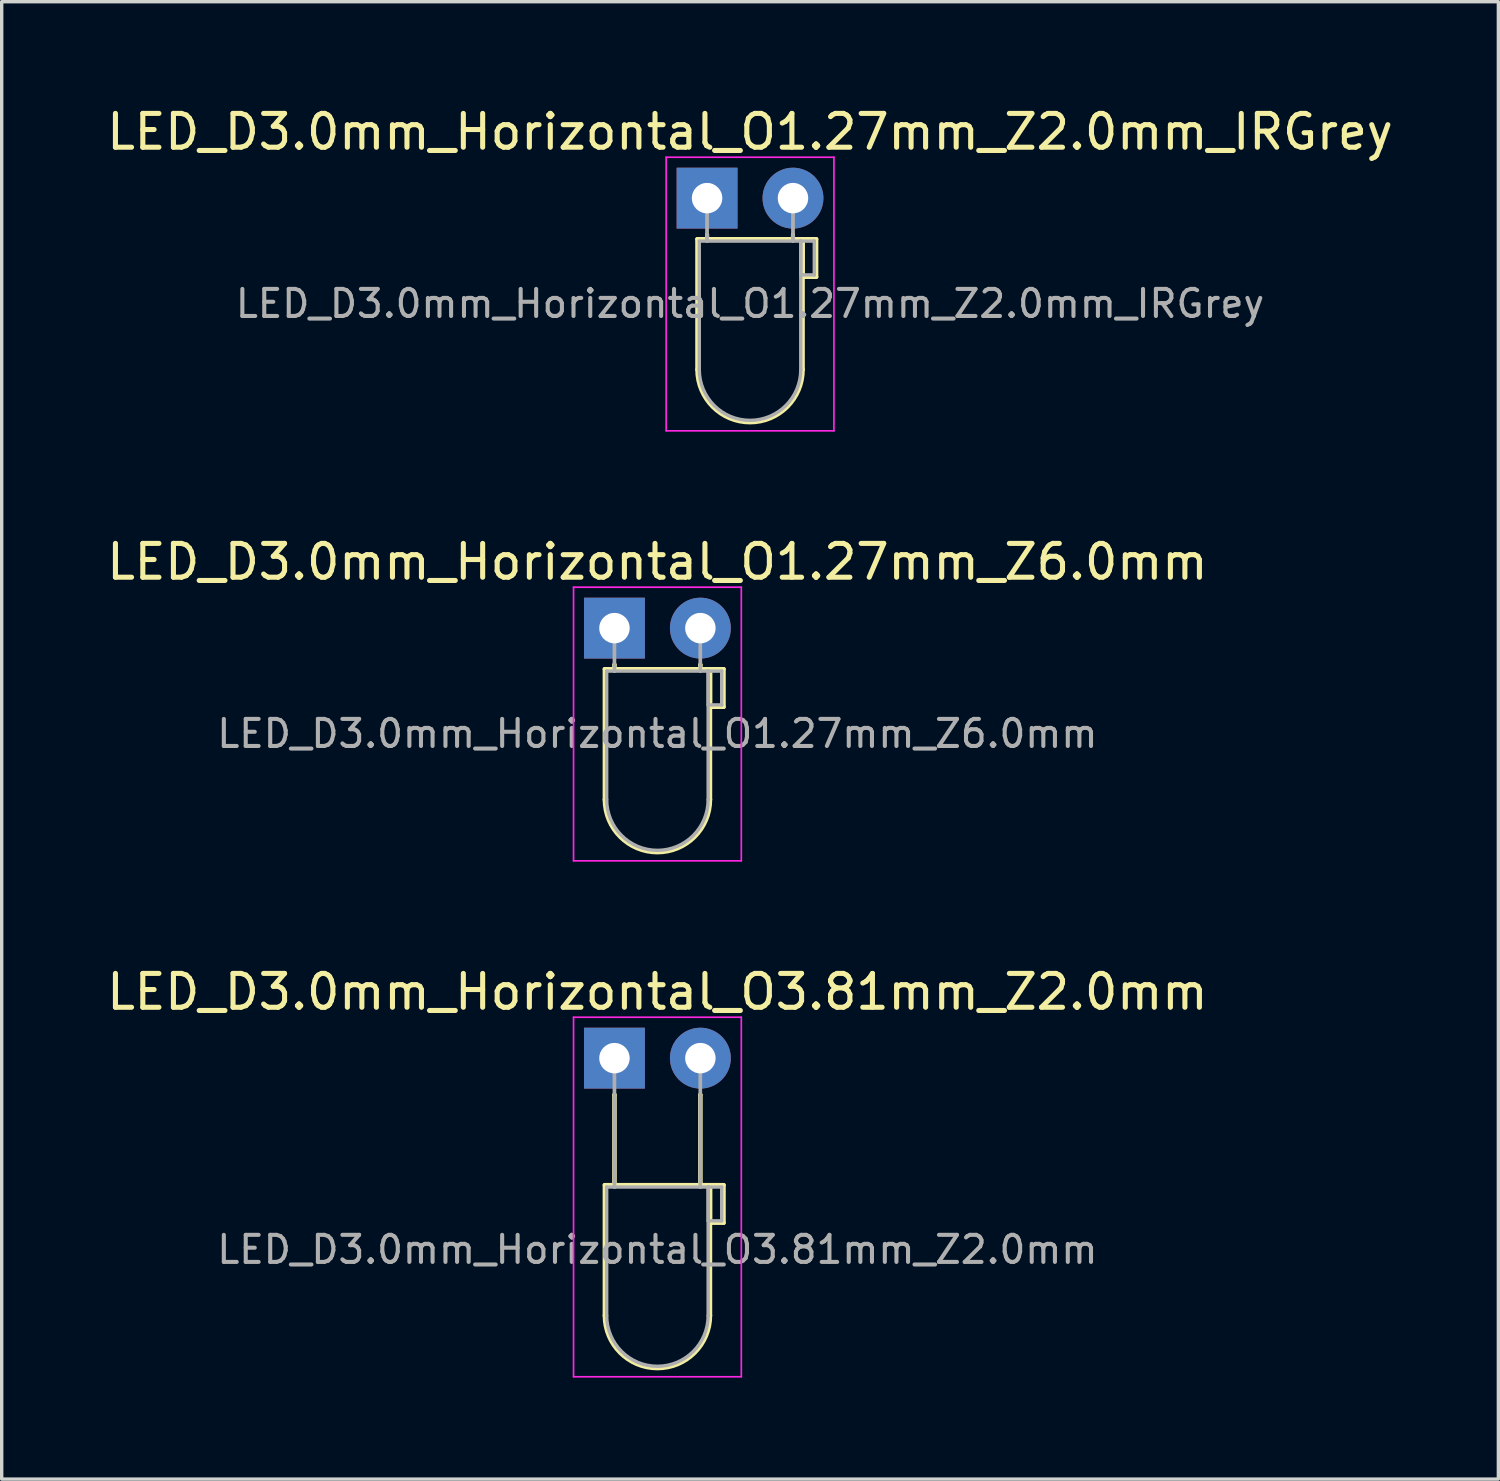
<source format=kicad_pcb>
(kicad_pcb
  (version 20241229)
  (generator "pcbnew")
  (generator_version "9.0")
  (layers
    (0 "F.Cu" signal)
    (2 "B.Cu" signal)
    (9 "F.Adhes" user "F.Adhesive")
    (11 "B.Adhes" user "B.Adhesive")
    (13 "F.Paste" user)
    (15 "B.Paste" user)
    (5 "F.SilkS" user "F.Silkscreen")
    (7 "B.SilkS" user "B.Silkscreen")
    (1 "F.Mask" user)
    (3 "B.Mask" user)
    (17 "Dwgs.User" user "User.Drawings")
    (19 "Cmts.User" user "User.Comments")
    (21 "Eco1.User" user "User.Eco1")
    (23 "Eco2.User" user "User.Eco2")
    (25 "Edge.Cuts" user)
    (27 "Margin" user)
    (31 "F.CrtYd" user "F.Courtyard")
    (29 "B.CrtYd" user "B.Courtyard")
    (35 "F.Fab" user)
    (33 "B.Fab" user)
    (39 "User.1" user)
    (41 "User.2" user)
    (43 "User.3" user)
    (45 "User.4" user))
  (footprint "LED_D3.0mm_Horizontal_O1.27mm_Z2.0mm_IRGrey"
    (layer "F.Cu")
    (at 17.855 2.808)
    (property "Reference" "LED_D3.0mm_Horizontal_O1.27mm_Z2.0mm_IRGrey" (at 1.27 -1.96 0) (layer "F.SilkS") (effects (font (size 1 1) (thickness 0.15))))
    (attr through_hole)
    (fp_line (start -0.29 1.21) (end -0.29 5.07) (stroke (width 0.12) (type solid)) (layer "F.SilkS"))
    (fp_line (start -0.29 1.21) (end 2.83 1.21) (stroke (width 0.12) (type solid)) (layer "F.SilkS"))
    (fp_line (start 0 1.08) (end 0 1.08) (stroke (width 0.12) (type solid)) (layer "F.SilkS"))
    (fp_line (start 0 1.08) (end 0 1.21) (stroke (width 0.12) (type solid)) (layer "F.SilkS"))
    (fp_line (start 0 1.21) (end 0 1.08) (stroke (width 0.12) (type solid)) (layer "F.SilkS"))
    (fp_line (start 0 1.21) (end 0 1.21) (stroke (width 0.12) (type solid)) (layer "F.SilkS"))
    (fp_line (start 2.54 1.08) (end 2.54 1.08) (stroke (width 0.12) (type solid)) (layer "F.SilkS"))
    (fp_line (start 2.54 1.08) (end 2.54 1.21) (stroke (width 0.12) (type solid)) (layer "F.SilkS"))
    (fp_line (start 2.54 1.21) (end 2.54 1.08) (stroke (width 0.12) (type solid)) (layer "F.SilkS"))
    (fp_line (start 2.54 1.21) (end 2.54 1.21) (stroke (width 0.12) (type solid)) (layer "F.SilkS"))
    (fp_line (start 2.83 1.21) (end 2.83 5.07) (stroke (width 0.12) (type solid)) (layer "F.SilkS"))
    (fp_line (start 2.83 1.21) (end 3.23 1.21) (stroke (width 0.12) (type solid)) (layer "F.SilkS"))
    (fp_line (start 2.83 2.33) (end 2.83 1.21) (stroke (width 0.12) (type solid)) (layer "F.SilkS"))
    (fp_line (start 3.23 1.21) (end 3.23 2.33) (stroke (width 0.12) (type solid)) (layer "F.SilkS"))
    (fp_line (start 3.23 2.33) (end 2.83 2.33) (stroke (width 0.12) (type solid)) (layer "F.SilkS"))
    (fp_arc (start 2.83 5.07) (mid 1.27 6.63) (end -0.29 5.07) (stroke (width 0.12) (type solid)) (layer "F.SilkS"))
    (fp_line (start -1.21 -1.21) (end -1.21 6.88) (stroke (width 0.05) (type solid)) (layer "F.CrtYd"))
    (fp_line (start -1.21 6.88) (end 3.75 6.88) (stroke (width 0.05) (type solid)) (layer "F.CrtYd"))
    (fp_line (start 3.75 -1.21) (end -1.21 -1.21) (stroke (width 0.05) (type solid)) (layer "F.CrtYd"))
    (fp_line (start 3.75 6.88) (end 3.75 -1.21) (stroke (width 0.05) (type solid)) (layer "F.CrtYd"))
    (fp_line (start -0.23 1.27) (end -0.23 5.07) (stroke (width 0.1) (type solid)) (layer "F.Fab"))
    (fp_line (start -0.23 1.27) (end 2.77 1.27) (stroke (width 0.1) (type solid)) (layer "F.Fab"))
    (fp_line (start 0 0) (end 0 0) (stroke (width 0.1) (type solid)) (layer "F.Fab"))
    (fp_line (start 0 0) (end 0 1.27) (stroke (width 0.1) (type solid)) (layer "F.Fab"))
    (fp_line (start 0 1.27) (end 0 0) (stroke (width 0.1) (type solid)) (layer "F.Fab"))
    (fp_line (start 0 1.27) (end 0 1.27) (stroke (width 0.1) (type solid)) (layer "F.Fab"))
    (fp_line (start 2.54 0) (end 2.54 0) (stroke (width 0.1) (type solid)) (layer "F.Fab"))
    (fp_line (start 2.54 0) (end 2.54 1.27) (stroke (width 0.1) (type solid)) (layer "F.Fab"))
    (fp_line (start 2.54 1.27) (end 2.54 0) (stroke (width 0.1) (type solid)) (layer "F.Fab"))
    (fp_line (start 2.54 1.27) (end 2.54 1.27) (stroke (width 0.1) (type solid)) (layer "F.Fab"))
    (fp_line (start 2.77 1.27) (end 2.77 5.07) (stroke (width 0.1) (type solid)) (layer "F.Fab"))
    (fp_line (start 2.77 1.27) (end 3.17 1.27) (stroke (width 0.1) (type solid)) (layer "F.Fab"))
    (fp_line (start 2.77 2.27) (end 2.77 1.27) (stroke (width 0.1) (type solid)) (layer "F.Fab"))
    (fp_line (start 3.17 1.27) (end 3.17 2.27) (stroke (width 0.1) (type solid)) (layer "F.Fab"))
    (fp_line (start 3.17 2.27) (end 2.77 2.27) (stroke (width 0.1) (type solid)) (layer "F.Fab"))
    (fp_arc (start 2.77 5.07) (mid 1.27 6.57) (end -0.23 5.07) (stroke (width 0.1) (type solid)) (layer "F.Fab"))
    (fp_text user "${REFERENCE}" (at 1.27 3.12 0) (layer "F.Fab") (effects (font (size 0.8 0.8) (thickness 0.12))))
    (pad "1" thru_hole rect (at 0 0) (size 1.8 1.8) (drill 0.9) (layers "*.Cu" "*.Mask"))
    (pad "2" thru_hole circle (at 2.54 0) (size 1.8 1.8) (drill 0.9) (layers "*.Cu" "*.Mask")))
  (footprint "LED_D3.0mm_Horizontal_O3.81mm_Z2.0mm"
    (layer "F.Cu")
    (at 15.117 28.235)
    (property "Reference" "LED_D3.0mm_Horizontal_O3.81mm_Z2.0mm" (at 1.27 -1.96 0) (layer "F.SilkS") (effects (font (size 1 1) (thickness 0.15))))
    (attr through_hole)
    (fp_line (start -0.29 3.75) (end -0.29 7.61) (stroke (width 0.12) (type solid)) (layer "F.SilkS"))
    (fp_line (start -0.29 3.75) (end 2.83 3.75) (stroke (width 0.12) (type solid)) (layer "F.SilkS"))
    (fp_line (start 0 1.08) (end 0 1.08) (stroke (width 0.12) (type solid)) (layer "F.SilkS"))
    (fp_line (start 0 1.08) (end 0 3.75) (stroke (width 0.12) (type solid)) (layer "F.SilkS"))
    (fp_line (start 0 3.75) (end 0 1.08) (stroke (width 0.12) (type solid)) (layer "F.SilkS"))
    (fp_line (start 0 3.75) (end 0 3.75) (stroke (width 0.12) (type solid)) (layer "F.SilkS"))
    (fp_line (start 2.54 1.08) (end 2.54 1.08) (stroke (width 0.12) (type solid)) (layer "F.SilkS"))
    (fp_line (start 2.54 1.08) (end 2.54 3.75) (stroke (width 0.12) (type solid)) (layer "F.SilkS"))
    (fp_line (start 2.54 3.75) (end 2.54 1.08) (stroke (width 0.12) (type solid)) (layer "F.SilkS"))
    (fp_line (start 2.54 3.75) (end 2.54 3.75) (stroke (width 0.12) (type solid)) (layer "F.SilkS"))
    (fp_line (start 2.83 3.75) (end 2.83 7.61) (stroke (width 0.12) (type solid)) (layer "F.SilkS"))
    (fp_line (start 2.83 3.75) (end 3.23 3.75) (stroke (width 0.12) (type solid)) (layer "F.SilkS"))
    (fp_line (start 2.83 4.87) (end 2.83 3.75) (stroke (width 0.12) (type solid)) (layer "F.SilkS"))
    (fp_line (start 3.23 3.75) (end 3.23 4.87) (stroke (width 0.12) (type solid)) (layer "F.SilkS"))
    (fp_line (start 3.23 4.87) (end 2.83 4.87) (stroke (width 0.12) (type solid)) (layer "F.SilkS"))
    (fp_arc (start 2.83 7.61) (mid 1.27 9.17) (end -0.29 7.61) (stroke (width 0.12) (type solid)) (layer "F.SilkS"))
    (fp_line (start -1.21 -1.21) (end -1.21 9.42) (stroke (width 0.05) (type solid)) (layer "F.CrtYd"))
    (fp_line (start -1.21 9.42) (end 3.75 9.42) (stroke (width 0.05) (type solid)) (layer "F.CrtYd"))
    (fp_line (start 3.75 -1.21) (end -1.21 -1.21) (stroke (width 0.05) (type solid)) (layer "F.CrtYd"))
    (fp_line (start 3.75 9.42) (end 3.75 -1.21) (stroke (width 0.05) (type solid)) (layer "F.CrtYd"))
    (fp_line (start -0.23 3.81) (end -0.23 7.61) (stroke (width 0.1) (type solid)) (layer "F.Fab"))
    (fp_line (start -0.23 3.81) (end 2.77 3.81) (stroke (width 0.1) (type solid)) (layer "F.Fab"))
    (fp_line (start 0 0) (end 0 0) (stroke (width 0.1) (type solid)) (layer "F.Fab"))
    (fp_line (start 0 0) (end 0 3.81) (stroke (width 0.1) (type solid)) (layer "F.Fab"))
    (fp_line (start 0 3.81) (end 0 0) (stroke (width 0.1) (type solid)) (layer "F.Fab"))
    (fp_line (start 0 3.81) (end 0 3.81) (stroke (width 0.1) (type solid)) (layer "F.Fab"))
    (fp_line (start 2.54 0) (end 2.54 0) (stroke (width 0.1) (type solid)) (layer "F.Fab"))
    (fp_line (start 2.54 0) (end 2.54 3.81) (stroke (width 0.1) (type solid)) (layer "F.Fab"))
    (fp_line (start 2.54 3.81) (end 2.54 0) (stroke (width 0.1) (type solid)) (layer "F.Fab"))
    (fp_line (start 2.54 3.81) (end 2.54 3.81) (stroke (width 0.1) (type solid)) (layer "F.Fab"))
    (fp_line (start 2.77 3.81) (end 2.77 7.61) (stroke (width 0.1) (type solid)) (layer "F.Fab"))
    (fp_line (start 2.77 3.81) (end 3.17 3.81) (stroke (width 0.1) (type solid)) (layer "F.Fab"))
    (fp_line (start 2.77 4.81) (end 2.77 3.81) (stroke (width 0.1) (type solid)) (layer "F.Fab"))
    (fp_line (start 3.17 3.81) (end 3.17 4.81) (stroke (width 0.1) (type solid)) (layer "F.Fab"))
    (fp_line (start 3.17 4.81) (end 2.77 4.81) (stroke (width 0.1) (type solid)) (layer "F.Fab"))
    (fp_arc (start 2.77 7.61) (mid 1.27 9.11) (end -0.23 7.61) (stroke (width 0.1) (type solid)) (layer "F.Fab"))
    (fp_text user "${REFERENCE}" (at 1.27 5.66 0) (layer "F.Fab") (effects (font (size 0.8 0.8) (thickness 0.12))))
    (pad "1" thru_hole rect (at 0 0) (size 1.8 1.8) (drill 0.9) (layers "*.Cu" "*.Mask"))
    (pad "2" thru_hole circle (at 2.54 0) (size 1.8 1.8) (drill 0.9) (layers "*.Cu" "*.Mask")))
  (footprint "LED_D3.0mm_Horizontal_O1.27mm_Z6.0mm"
    (layer "F.Cu")
    (at 15.117 15.521)
    (property "Reference" "LED_D3.0mm_Horizontal_O1.27mm_Z6.0mm" (at 1.27 -1.96 0) (layer "F.SilkS") (effects (font (size 1 1) (thickness 0.15))))
    (attr through_hole)
    (fp_line (start -0.29 1.21) (end -0.29 5.07) (stroke (width 0.12) (type solid)) (layer "F.SilkS"))
    (fp_line (start -0.29 1.21) (end 2.83 1.21) (stroke (width 0.12) (type solid)) (layer "F.SilkS"))
    (fp_line (start 0 1.08) (end 0 1.08) (stroke (width 0.12) (type solid)) (layer "F.SilkS"))
    (fp_line (start 0 1.08) (end 0 1.21) (stroke (width 0.12) (type solid)) (layer "F.SilkS"))
    (fp_line (start 0 1.21) (end 0 1.08) (stroke (width 0.12) (type solid)) (layer "F.SilkS"))
    (fp_line (start 0 1.21) (end 0 1.21) (stroke (width 0.12) (type solid)) (layer "F.SilkS"))
    (fp_line (start 2.54 1.08) (end 2.54 1.08) (stroke (width 0.12) (type solid)) (layer "F.SilkS"))
    (fp_line (start 2.54 1.08) (end 2.54 1.21) (stroke (width 0.12) (type solid)) (layer "F.SilkS"))
    (fp_line (start 2.54 1.21) (end 2.54 1.08) (stroke (width 0.12) (type solid)) (layer "F.SilkS"))
    (fp_line (start 2.54 1.21) (end 2.54 1.21) (stroke (width 0.12) (type solid)) (layer "F.SilkS"))
    (fp_line (start 2.83 1.21) (end 2.83 5.07) (stroke (width 0.12) (type solid)) (layer "F.SilkS"))
    (fp_line (start 2.83 1.21) (end 3.23 1.21) (stroke (width 0.12) (type solid)) (layer "F.SilkS"))
    (fp_line (start 2.83 2.33) (end 2.83 1.21) (stroke (width 0.12) (type solid)) (layer "F.SilkS"))
    (fp_line (start 3.23 1.21) (end 3.23 2.33) (stroke (width 0.12) (type solid)) (layer "F.SilkS"))
    (fp_line (start 3.23 2.33) (end 2.83 2.33) (stroke (width 0.12) (type solid)) (layer "F.SilkS"))
    (fp_arc (start 2.83 5.07) (mid 1.27 6.63) (end -0.29 5.07) (stroke (width 0.12) (type solid)) (layer "F.SilkS"))
    (fp_line (start -1.21 -1.21) (end -1.21 6.88) (stroke (width 0.05) (type solid)) (layer "F.CrtYd"))
    (fp_line (start -1.21 6.88) (end 3.75 6.88) (stroke (width 0.05) (type solid)) (layer "F.CrtYd"))
    (fp_line (start 3.75 -1.21) (end -1.21 -1.21) (stroke (width 0.05) (type solid)) (layer "F.CrtYd"))
    (fp_line (start 3.75 6.88) (end 3.75 -1.21) (stroke (width 0.05) (type solid)) (layer "F.CrtYd"))
    (fp_line (start -0.23 1.27) (end -0.23 5.07) (stroke (width 0.1) (type solid)) (layer "F.Fab"))
    (fp_line (start -0.23 1.27) (end 2.77 1.27) (stroke (width 0.1) (type solid)) (layer "F.Fab"))
    (fp_line (start 0 0) (end 0 0) (stroke (width 0.1) (type solid)) (layer "F.Fab"))
    (fp_line (start 0 0) (end 0 1.27) (stroke (width 0.1) (type solid)) (layer "F.Fab"))
    (fp_line (start 0 1.27) (end 0 0) (stroke (width 0.1) (type solid)) (layer "F.Fab"))
    (fp_line (start 0 1.27) (end 0 1.27) (stroke (width 0.1) (type solid)) (layer "F.Fab"))
    (fp_line (start 2.54 0) (end 2.54 0) (stroke (width 0.1) (type solid)) (layer "F.Fab"))
    (fp_line (start 2.54 0) (end 2.54 1.27) (stroke (width 0.1) (type solid)) (layer "F.Fab"))
    (fp_line (start 2.54 1.27) (end 2.54 0) (stroke (width 0.1) (type solid)) (layer "F.Fab"))
    (fp_line (start 2.54 1.27) (end 2.54 1.27) (stroke (width 0.1) (type solid)) (layer "F.Fab"))
    (fp_line (start 2.77 1.27) (end 2.77 5.07) (stroke (width 0.1) (type solid)) (layer "F.Fab"))
    (fp_line (start 2.77 1.27) (end 3.17 1.27) (stroke (width 0.1) (type solid)) (layer "F.Fab"))
    (fp_line (start 2.77 2.27) (end 2.77 1.27) (stroke (width 0.1) (type solid)) (layer "F.Fab"))
    (fp_line (start 3.17 1.27) (end 3.17 2.27) (stroke (width 0.1) (type solid)) (layer "F.Fab"))
    (fp_line (start 3.17 2.27) (end 2.77 2.27) (stroke (width 0.1) (type solid)) (layer "F.Fab"))
    (fp_arc (start 2.77 5.07) (mid 1.27 6.57) (end -0.23 5.07) (stroke (width 0.1) (type solid)) (layer "F.Fab"))
    (fp_text user "${REFERENCE}" (at 1.27 3.12 0) (layer "F.Fab") (effects (font (size 0.8 0.8) (thickness 0.12))))
    (pad "1" thru_hole rect (at 0 0) (size 1.8 1.8) (drill 0.9) (layers "*.Cu" "*.Mask"))
    (pad "2" thru_hole circle (at 2.54 0) (size 1.8 1.8) (drill 0.9) (layers "*.Cu" "*.Mask")))
  (gr_rect
    (start -3 -3)
    (end 41.25 40.68)
    (stroke (width 0.1) (type default))
    (fill no)
    (layer "Edge.Cuts")))
</source>
